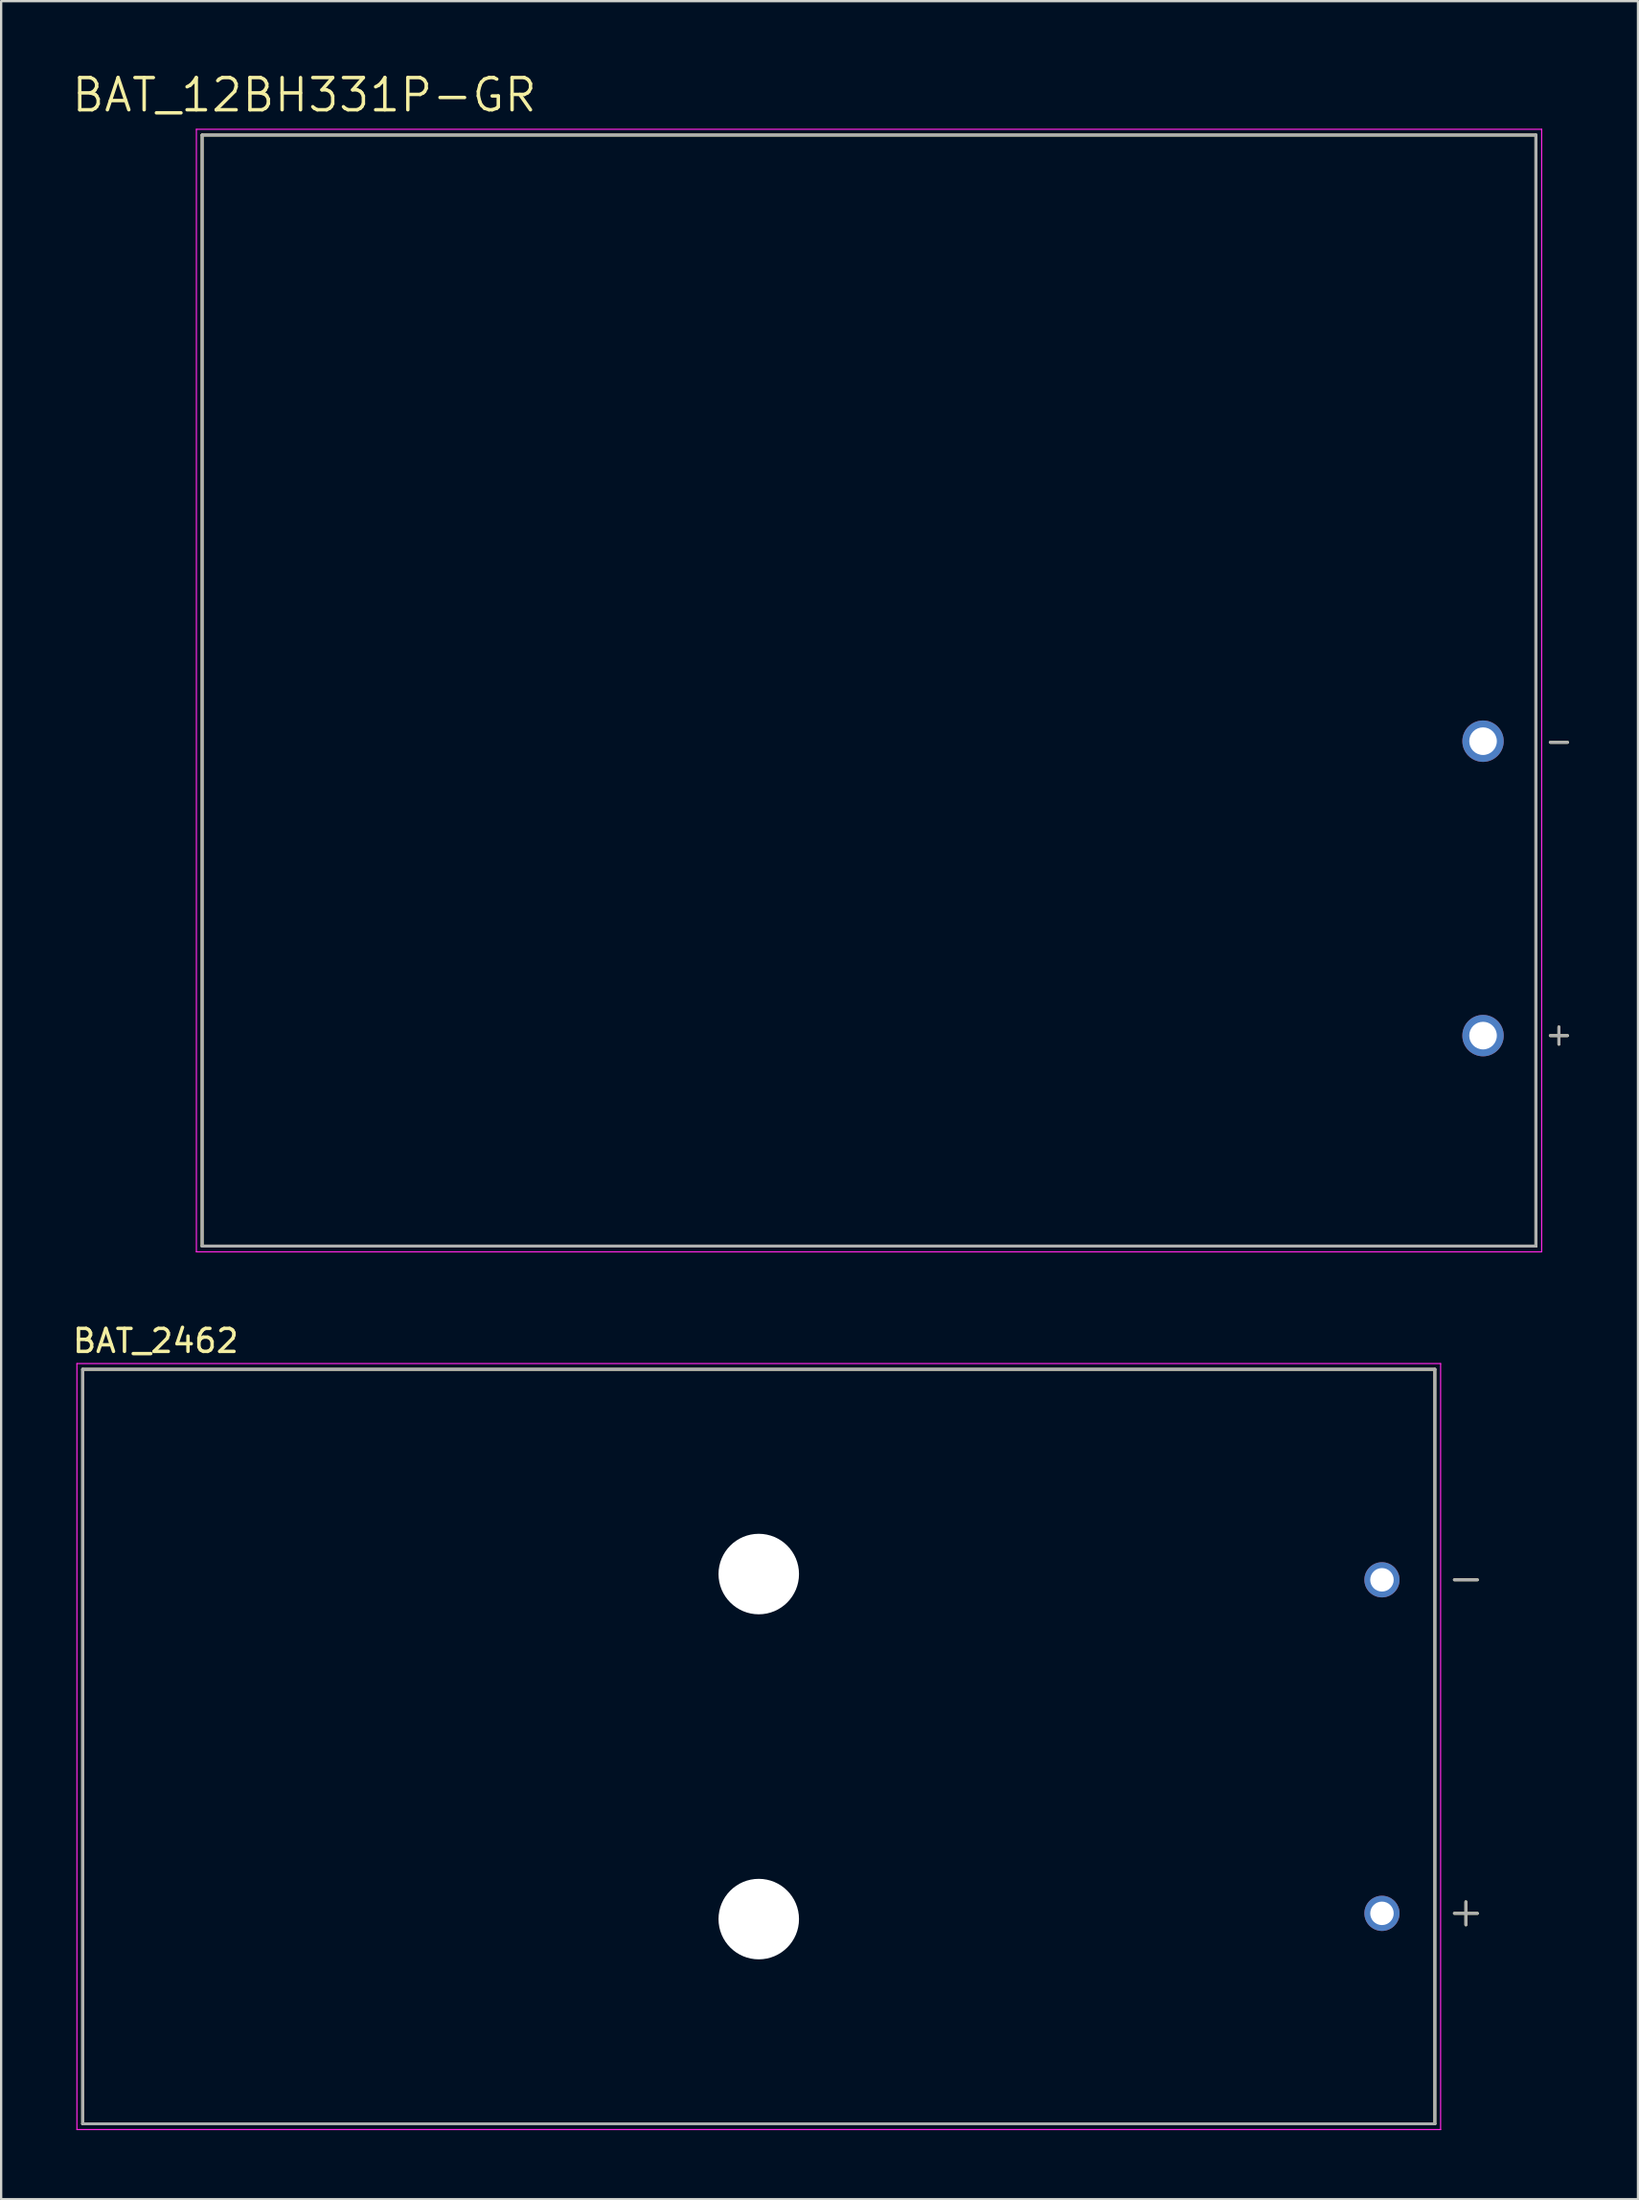
<source format=kicad_pcb>
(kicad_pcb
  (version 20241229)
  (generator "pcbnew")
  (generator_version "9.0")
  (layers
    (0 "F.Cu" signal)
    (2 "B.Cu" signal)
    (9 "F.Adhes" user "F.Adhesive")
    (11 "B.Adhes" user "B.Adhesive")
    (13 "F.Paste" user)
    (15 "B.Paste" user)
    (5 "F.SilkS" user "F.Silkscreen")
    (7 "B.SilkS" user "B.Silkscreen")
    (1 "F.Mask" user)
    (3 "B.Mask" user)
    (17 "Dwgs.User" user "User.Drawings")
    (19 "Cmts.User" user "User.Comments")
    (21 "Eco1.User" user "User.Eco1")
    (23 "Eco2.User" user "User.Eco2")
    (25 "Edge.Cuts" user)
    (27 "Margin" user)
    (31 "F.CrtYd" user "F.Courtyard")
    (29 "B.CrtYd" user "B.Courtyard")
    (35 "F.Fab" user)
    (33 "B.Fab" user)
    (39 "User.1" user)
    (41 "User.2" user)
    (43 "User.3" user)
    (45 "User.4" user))
  (footprint "BAT_2462"
    (layer "F.Cu")
    (at 29.945 72.879)
    (property "Reference" "BAT_2462" (at -26.225 -17.635 0) (layer "F.SilkS") (effects (font (size 1 1) (thickness 0.15))))
    (attr through_hole)
    (fp_line (start -29.4 -16.4) (end 29.4 -16.4) (stroke (width 0.127) (type solid)) (layer "F.SilkS"))
    (fp_line (start -29.4 16.4) (end -29.4 -16.4) (stroke (width 0.127) (type solid)) (layer "F.SilkS"))
    (fp_line (start 29.4 -16.4) (end 29.4 16.4) (stroke (width 0.127) (type solid)) (layer "F.SilkS"))
    (fp_line (start 29.4 16.4) (end -29.4 16.4) (stroke (width 0.127) (type solid)) (layer "F.SilkS"))
    (fp_line (start 30.25 -7.25) (end 31.25 -7.25) (stroke (width 0.127) (type solid)) (layer "F.SilkS"))
    (fp_line (start 30.25 7.25) (end 31.25 7.25) (stroke (width 0.127) (type solid)) (layer "F.SilkS"))
    (fp_line (start 30.75 6.75) (end 30.75 7.75) (stroke (width 0.127) (type solid)) (layer "F.SilkS"))
    (fp_line (start -29.65 -16.65) (end 29.65 -16.65) (stroke (width 0.05) (type solid)) (layer "F.CrtYd"))
    (fp_line (start -29.65 16.65) (end -29.65 -16.65) (stroke (width 0.05) (type solid)) (layer "F.CrtYd"))
    (fp_line (start 29.65 -16.65) (end 29.65 16.65) (stroke (width 0.05) (type solid)) (layer "F.CrtYd"))
    (fp_line (start 29.65 16.65) (end -29.65 16.65) (stroke (width 0.05) (type solid)) (layer "F.CrtYd"))
    (fp_line (start -29.4 -16.4) (end 29.4 -16.4) (stroke (width 0.127) (type solid)) (layer "F.Fab"))
    (fp_line (start -29.4 16.4) (end -29.4 -16.4) (stroke (width 0.127) (type solid)) (layer "F.Fab"))
    (fp_line (start 29.4 -16.4) (end 29.4 16.4) (stroke (width 0.127) (type solid)) (layer "F.Fab"))
    (fp_line (start 29.4 16.4) (end -29.4 16.4) (stroke (width 0.127) (type solid)) (layer "F.Fab"))
    (fp_line (start 30.25 -7.25) (end 31.25 -7.25) (stroke (width 0.127) (type solid)) (layer "F.Fab"))
    (fp_line (start 30.25 7.25) (end 31.25 7.25) (stroke (width 0.127) (type solid)) (layer "F.Fab"))
    (fp_line (start 30.75 6.75) (end 30.75 7.75) (stroke (width 0.127) (type solid)) (layer "F.Fab"))
    (pad "" np_thru_hole circle (at 0 -7.5) (size 3.5 3.5) (drill 3.5) (layers "*.Cu" "*.Mask"))
    (pad "" np_thru_hole circle (at 0 7.5) (size 3.5 3.5) (drill 3.5) (layers "*.Cu" "*.Mask"))
    (pad "N" thru_hole circle (at 27.1 -7.25) (size 1.53 1.53) (drill 1.02) (layers "*.Cu" "*.Mask"))
    (pad "P" thru_hole circle (at 27.1 7.25) (size 1.53 1.53) (drill 1.02) (layers "*.Cu" "*.Mask")))
  (footprint "BAT_12BH331P-GR"
    (layer "F.Cu")
    (at 34.74 26.971)
    (property "Reference" "BAT_12BH331P-GR" (at -24.555 -25.889 180) (layer "F.SilkS") (effects (font (size 1.4 1.4) (thickness 0.15))))
    (attr through_hole)
    (fp_line (start -29 -24.15) (end 29 -24.15) (stroke (width 0.127) (type solid)) (layer "F.SilkS"))
    (fp_line (start -29 24.15) (end -29 -24.15) (stroke (width 0.127) (type solid)) (layer "F.SilkS"))
    (fp_line (start 29 -24.15) (end 29 24.15) (stroke (width 0.127) (type solid)) (layer "F.SilkS"))
    (fp_line (start 29 24.15) (end -29 24.15) (stroke (width 0.127) (type solid)) (layer "F.SilkS"))
    (fp_line (start 29.625 2.25) (end 30.375 2.25) (stroke (width 0.127) (type solid)) (layer "F.SilkS"))
    (fp_line (start 29.625 15) (end 30.375 15) (stroke (width 0.127) (type solid)) (layer "F.SilkS"))
    (fp_line (start 30 14.625) (end 30 15.375) (stroke (width 0.127) (type solid)) (layer "F.SilkS"))
    (fp_line (start -29.25 -24.4) (end -29.25 24.4) (stroke (width 0.05) (type solid)) (layer "F.CrtYd"))
    (fp_line (start -29.25 24.4) (end 29.25 24.4) (stroke (width 0.05) (type solid)) (layer "F.CrtYd"))
    (fp_line (start 29.25 -24.4) (end -29.25 -24.4) (stroke (width 0.05) (type solid)) (layer "F.CrtYd"))
    (fp_line (start 29.25 24.4) (end 29.25 -24.4) (stroke (width 0.05) (type solid)) (layer "F.CrtYd"))
    (fp_line (start -29 -24.15) (end 29 -24.15) (stroke (width 0.127) (type solid)) (layer "F.Fab"))
    (fp_line (start -29 24.15) (end -29 -24.15) (stroke (width 0.127) (type solid)) (layer "F.Fab"))
    (fp_line (start 29 -24.15) (end 29 24.15) (stroke (width 0.127) (type solid)) (layer "F.Fab"))
    (fp_line (start 29 24.15) (end -29 24.15) (stroke (width 0.127) (type solid)) (layer "F.Fab"))
    (fp_line (start 29.625 2.25) (end 30.375 2.25) (stroke (width 0.127) (type solid)) (layer "F.Fab"))
    (fp_line (start 29.625 15) (end 30.375 15) (stroke (width 0.127) (type solid)) (layer "F.Fab"))
    (fp_line (start 30 14.625) (end 30 15.375) (stroke (width 0.127) (type solid)) (layer "F.Fab"))
    (pad "1" thru_hole circle (at 26.7 15) (size 1.8 1.8) (drill 1.2) (layers "*.Cu" "*.Mask"))
    (pad "2" thru_hole circle (at 26.7 2.2) (size 1.8 1.8) (drill 1.2) (layers "*.Cu" "*.Mask")))
  (gr_rect
    (start -3 -3)
    (end 68.178 92.555)
    (stroke (width 0.1) (type default))
    (fill no)
    (layer "Edge.Cuts")))
</source>
